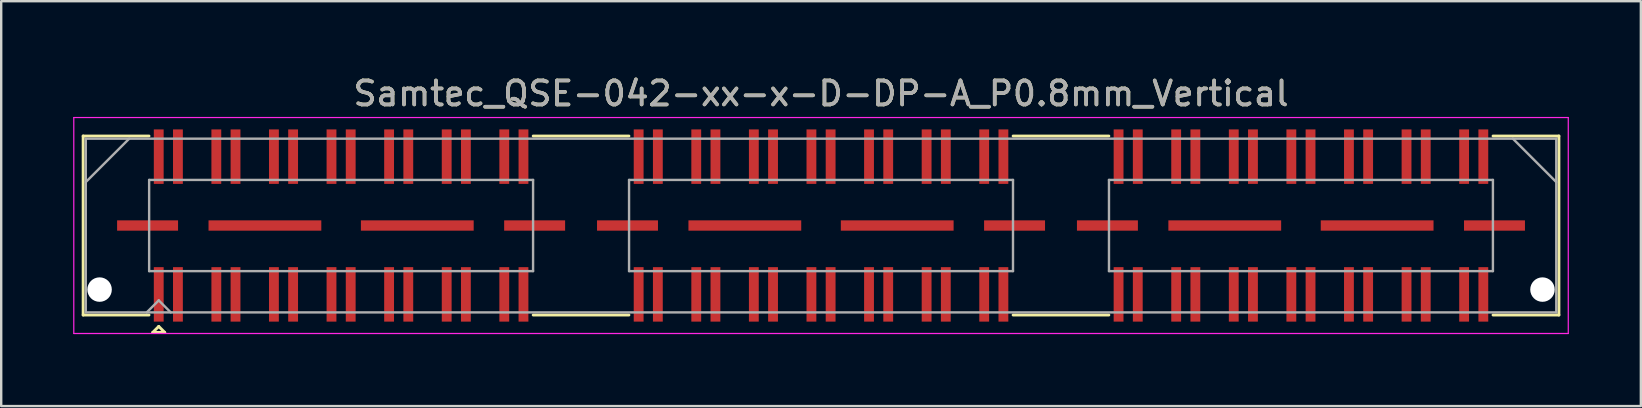
<source format=kicad_pcb>
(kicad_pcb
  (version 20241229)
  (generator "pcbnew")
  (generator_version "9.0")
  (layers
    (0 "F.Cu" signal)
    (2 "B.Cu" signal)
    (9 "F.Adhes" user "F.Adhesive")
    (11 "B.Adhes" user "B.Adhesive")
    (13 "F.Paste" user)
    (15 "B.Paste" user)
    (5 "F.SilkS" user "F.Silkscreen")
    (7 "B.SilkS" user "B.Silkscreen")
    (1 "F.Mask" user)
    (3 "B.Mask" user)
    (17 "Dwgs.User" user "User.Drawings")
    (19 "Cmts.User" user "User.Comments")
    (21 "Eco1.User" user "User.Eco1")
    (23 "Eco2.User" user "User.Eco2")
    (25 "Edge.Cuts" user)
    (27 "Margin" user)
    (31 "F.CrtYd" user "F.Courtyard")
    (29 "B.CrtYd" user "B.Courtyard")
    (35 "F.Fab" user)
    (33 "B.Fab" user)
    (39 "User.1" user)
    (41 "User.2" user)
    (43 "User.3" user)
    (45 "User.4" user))
  (footprint "Samtec_QSE-042-xx-x-D-DP-A_P0.8mm_Vertical"
    (layer "F.Cu")
    (at 31.165 6.348)
    (property "Reference" "Samtec_QSE-042-xx-x-D-DP-A_P0.8mm_Vertical" (at 0 -5.5 0) (layer "F.SilkS") (effects (font (size 1 1) (thickness 0.15))))
    (attr smd)
    (fp_line (start -30.75 -3.73) (end -28.005 -3.73) (stroke (width 0.12) (type solid)) (layer "F.SilkS"))
    (fp_line (start -30.75 3.73) (end -30.75 -3.73) (stroke (width 0.12) (type solid)) (layer "F.SilkS"))
    (fp_line (start -28.005 3.73) (end -30.75 3.73) (stroke (width 0.12) (type solid)) (layer "F.SilkS"))
    (fp_line (start -27.85 4.455) (end -27.6 4.205) (stroke (width 0.12) (type solid)) (layer "F.SilkS"))
    (fp_line (start -27.6 4.205) (end -27.35 4.455) (stroke (width 0.12) (type solid)) (layer "F.SilkS"))
    (fp_line (start -27.35 4.455) (end -27.85 4.455) (stroke (width 0.12) (type solid)) (layer "F.SilkS"))
    (fp_line (start -11.995 -3.73) (end -8.005 -3.73) (stroke (width 0.12) (type solid)) (layer "F.SilkS"))
    (fp_line (start -11.995 3.73) (end -8.005 3.73) (stroke (width 0.12) (type solid)) (layer "F.SilkS"))
    (fp_line (start 8.005 -3.73) (end 11.995 -3.73) (stroke (width 0.12) (type solid)) (layer "F.SilkS"))
    (fp_line (start 8.005 3.73) (end 11.995 3.73) (stroke (width 0.12) (type solid)) (layer "F.SilkS"))
    (fp_line (start 28.005 3.73) (end 30.75 3.73) (stroke (width 0.12) (type solid)) (layer "F.SilkS"))
    (fp_line (start 30.75 -3.73) (end 28.005 -3.73) (stroke (width 0.12) (type solid)) (layer "F.SilkS"))
    (fp_line (start 30.75 3.73) (end 30.75 -3.73) (stroke (width 0.12) (type solid)) (layer "F.SilkS"))
    (fp_line (start -31.14 -4.5) (end -31.14 4.5) (stroke (width 0.05) (type solid)) (layer "F.CrtYd"))
    (fp_line (start -31.14 4.5) (end 31.14 4.5) (stroke (width 0.05) (type solid)) (layer "F.CrtYd"))
    (fp_line (start 31.14 -4.5) (end -31.14 -4.5) (stroke (width 0.05) (type solid)) (layer "F.CrtYd"))
    (fp_line (start 31.14 4.5) (end 31.14 -4.5) (stroke (width 0.05) (type solid)) (layer "F.CrtYd"))
    (fp_line (start -30.64 -3.62) (end -30.64 3.62) (stroke (width 0.1) (type solid)) (layer "F.Fab"))
    (fp_line (start -30.64 -1.81) (end -28.83 -3.62) (stroke (width 0.1) (type solid)) (layer "F.Fab"))
    (fp_line (start -30.64 3.62) (end 30.64 3.62) (stroke (width 0.1) (type solid)) (layer "F.Fab"))
    (fp_line (start -28.1 3.62) (end -27.6 3.12) (stroke (width 0.1) (type solid)) (layer "F.Fab"))
    (fp_line (start -28 -1.9) (end -28 1.9) (stroke (width 0.1) (type solid)) (layer "F.Fab"))
    (fp_line (start -28 1.9) (end -12 1.9) (stroke (width 0.1) (type solid)) (layer "F.Fab"))
    (fp_line (start -27.6 3.12) (end -27.1 3.62) (stroke (width 0.1) (type solid)) (layer "F.Fab"))
    (fp_line (start -12 -1.9) (end -28 -1.9) (stroke (width 0.1) (type solid)) (layer "F.Fab"))
    (fp_line (start -12 1.9) (end -12 -1.9) (stroke (width 0.1) (type solid)) (layer "F.Fab"))
    (fp_line (start -8 -1.9) (end -8 1.9) (stroke (width 0.1) (type solid)) (layer "F.Fab"))
    (fp_line (start -8 1.9) (end 8 1.9) (stroke (width 0.1) (type solid)) (layer "F.Fab"))
    (fp_line (start 8 -1.9) (end -8 -1.9) (stroke (width 0.1) (type solid)) (layer "F.Fab"))
    (fp_line (start 8 1.9) (end 8 -1.9) (stroke (width 0.1) (type solid)) (layer "F.Fab"))
    (fp_line (start 12 -1.9) (end 12 1.9) (stroke (width 0.1) (type solid)) (layer "F.Fab"))
    (fp_line (start 12 1.9) (end 28 1.9) (stroke (width 0.1) (type solid)) (layer "F.Fab"))
    (fp_line (start 28 -1.9) (end 12 -1.9) (stroke (width 0.1) (type solid)) (layer "F.Fab"))
    (fp_line (start 28 1.9) (end 28 -1.9) (stroke (width 0.1) (type solid)) (layer "F.Fab"))
    (fp_line (start 30.64 -3.62) (end -30.64 -3.62) (stroke (width 0.1) (type solid)) (layer "F.Fab"))
    (fp_line (start 30.64 -1.81) (end 28.83 -3.62) (stroke (width 0.1) (type solid)) (layer "F.Fab"))
    (fp_line (start 30.64 3.62) (end 30.64 -3.62) (stroke (width 0.1) (type solid)) (layer "F.Fab"))
    (fp_text user "${REFERENCE}" (at 0 -5.5 0) (layer "F.Fab") (effects (font (size 1 1) (thickness 0.15))))
    (pad "" np_thru_hole circle (at -30.065 2.67) (size 1.02 1.02) (drill 1.02) (layers "*.Cu" "*.Mask"))
    (pad "" np_thru_hole circle (at 30.065 2.67) (size 1.02 1.02) (drill 1.02) (layers "*.Cu" "*.Mask"))
    (pad "1" smd rect (at -27.6 2.87) (size 0.41 2.27) (layers "F.Cu" "F.Mask" "F.Paste"))
    (pad "2" smd rect (at -27.6 -2.87) (size 0.41 2.27) (layers "F.Cu" "F.Mask" "F.Paste"))
    (pad "3" smd rect (at -26.8 2.87) (size 0.41 2.27) (layers "F.Cu" "F.Mask" "F.Paste"))
    (pad "4" smd rect (at -26.8 -2.87) (size 0.41 2.27) (layers "F.Cu" "F.Mask" "F.Paste"))
    (pad "5" smd rect (at -25.2 2.87) (size 0.41 2.27) (layers "F.Cu" "F.Mask" "F.Paste"))
    (pad "6" smd rect (at -25.2 -2.87) (size 0.41 2.27) (layers "F.Cu" "F.Mask" "F.Paste"))
    (pad "7" smd rect (at -24.4 2.87) (size 0.41 2.27) (layers "F.Cu" "F.Mask" "F.Paste"))
    (pad "8" smd rect (at -24.4 -2.87) (size 0.41 2.27) (layers "F.Cu" "F.Mask" "F.Paste"))
    (pad "9" smd rect (at -22.8 2.87) (size 0.41 2.27) (layers "F.Cu" "F.Mask" "F.Paste"))
    (pad "10" smd rect (at -22.8 -2.87) (size 0.41 2.27) (layers "F.Cu" "F.Mask" "F.Paste"))
    (pad "11" smd rect (at -22 2.87) (size 0.41 2.27) (layers "F.Cu" "F.Mask" "F.Paste"))
    (pad "12" smd rect (at -22 -2.87) (size 0.41 2.27) (layers "F.Cu" "F.Mask" "F.Paste"))
    (pad "13" smd rect (at -20.4 2.87) (size 0.41 2.27) (layers "F.Cu" "F.Mask" "F.Paste"))
    (pad "14" smd rect (at -20.4 -2.87) (size 0.41 2.27) (layers "F.Cu" "F.Mask" "F.Paste"))
    (pad "15" smd rect (at -19.6 2.87) (size 0.41 2.27) (layers "F.Cu" "F.Mask" "F.Paste"))
    (pad "16" smd rect (at -19.6 -2.87) (size 0.41 2.27) (layers "F.Cu" "F.Mask" "F.Paste"))
    (pad "17" smd rect (at -18 2.87) (size 0.41 2.27) (layers "F.Cu" "F.Mask" "F.Paste"))
    (pad "18" smd rect (at -18 -2.87) (size 0.41 2.27) (layers "F.Cu" "F.Mask" "F.Paste"))
    (pad "19" smd rect (at -17.2 2.87) (size 0.41 2.27) (layers "F.Cu" "F.Mask" "F.Paste"))
    (pad "20" smd rect (at -17.2 -2.87) (size 0.41 2.27) (layers "F.Cu" "F.Mask" "F.Paste"))
    (pad "21" smd rect (at -15.6 2.87) (size 0.41 2.27) (layers "F.Cu" "F.Mask" "F.Paste"))
    (pad "22" smd rect (at -15.6 -2.87) (size 0.41 2.27) (layers "F.Cu" "F.Mask" "F.Paste"))
    (pad "23" smd rect (at -14.8 2.87) (size 0.41 2.27) (layers "F.Cu" "F.Mask" "F.Paste"))
    (pad "24" smd rect (at -14.8 -2.87) (size 0.41 2.27) (layers "F.Cu" "F.Mask" "F.Paste"))
    (pad "25" smd rect (at -13.2 2.87) (size 0.41 2.27) (layers "F.Cu" "F.Mask" "F.Paste"))
    (pad "26" smd rect (at -13.2 -2.87) (size 0.41 2.27) (layers "F.Cu" "F.Mask" "F.Paste"))
    (pad "27" smd rect (at -12.4 2.87) (size 0.41 2.27) (layers "F.Cu" "F.Mask" "F.Paste"))
    (pad "28" smd rect (at -12.4 -2.87) (size 0.41 2.27) (layers "F.Cu" "F.Mask" "F.Paste"))
    (pad "29" smd rect (at -7.6 2.87) (size 0.41 2.27) (layers "F.Cu" "F.Mask" "F.Paste"))
    (pad "30" smd rect (at -7.6 -2.87) (size 0.41 2.27) (layers "F.Cu" "F.Mask" "F.Paste"))
    (pad "31" smd rect (at -6.8 2.87) (size 0.41 2.27) (layers "F.Cu" "F.Mask" "F.Paste"))
    (pad "32" smd rect (at -6.8 -2.87) (size 0.41 2.27) (layers "F.Cu" "F.Mask" "F.Paste"))
    (pad "33" smd rect (at -5.2 2.87) (size 0.41 2.27) (layers "F.Cu" "F.Mask" "F.Paste"))
    (pad "34" smd rect (at -5.2 -2.87) (size 0.41 2.27) (layers "F.Cu" "F.Mask" "F.Paste"))
    (pad "35" smd rect (at -4.4 2.87) (size 0.41 2.27) (layers "F.Cu" "F.Mask" "F.Paste"))
    (pad "36" smd rect (at -4.4 -2.87) (size 0.41 2.27) (layers "F.Cu" "F.Mask" "F.Paste"))
    (pad "37" smd rect (at -2.8 2.87) (size 0.41 2.27) (layers "F.Cu" "F.Mask" "F.Paste"))
    (pad "38" smd rect (at -2.8 -2.87) (size 0.41 2.27) (layers "F.Cu" "F.Mask" "F.Paste"))
    (pad "39" smd rect (at -2 2.87) (size 0.41 2.27) (layers "F.Cu" "F.Mask" "F.Paste"))
    (pad "40" smd rect (at -2 -2.87) (size 0.41 2.27) (layers "F.Cu" "F.Mask" "F.Paste"))
    (pad "41" smd rect (at -0.4 2.87) (size 0.41 2.27) (layers "F.Cu" "F.Mask" "F.Paste"))
    (pad "42" smd rect (at -0.4 -2.87) (size 0.41 2.27) (layers "F.Cu" "F.Mask" "F.Paste"))
    (pad "43" smd rect (at 0.4 2.87) (size 0.41 2.27) (layers "F.Cu" "F.Mask" "F.Paste"))
    (pad "44" smd rect (at 0.4 -2.87) (size 0.41 2.27) (layers "F.Cu" "F.Mask" "F.Paste"))
    (pad "45" smd rect (at 2 2.87) (size 0.41 2.27) (layers "F.Cu" "F.Mask" "F.Paste"))
    (pad "46" smd rect (at 2 -2.87) (size 0.41 2.27) (layers "F.Cu" "F.Mask" "F.Paste"))
    (pad "47" smd rect (at 2.8 2.87) (size 0.41 2.27) (layers "F.Cu" "F.Mask" "F.Paste"))
    (pad "48" smd rect (at 2.8 -2.87) (size 0.41 2.27) (layers "F.Cu" "F.Mask" "F.Paste"))
    (pad "49" smd rect (at 4.4 2.87) (size 0.41 2.27) (layers "F.Cu" "F.Mask" "F.Paste"))
    (pad "50" smd rect (at 4.4 -2.87) (size 0.41 2.27) (layers "F.Cu" "F.Mask" "F.Paste"))
    (pad "51" smd rect (at 5.2 2.87) (size 0.41 2.27) (layers "F.Cu" "F.Mask" "F.Paste"))
    (pad "52" smd rect (at 5.2 -2.87) (size 0.41 2.27) (layers "F.Cu" "F.Mask" "F.Paste"))
    (pad "53" smd rect (at 6.8 2.87) (size 0.41 2.27) (layers "F.Cu" "F.Mask" "F.Paste"))
    (pad "54" smd rect (at 6.8 -2.87) (size 0.41 2.27) (layers "F.Cu" "F.Mask" "F.Paste"))
    (pad "55" smd rect (at 7.6 2.87) (size 0.41 2.27) (layers "F.Cu" "F.Mask" "F.Paste"))
    (pad "56" smd rect (at 7.6 -2.87) (size 0.41 2.27) (layers "F.Cu" "F.Mask" "F.Paste"))
    (pad "57" smd rect (at 12.4 2.87) (size 0.41 2.27) (layers "F.Cu" "F.Mask" "F.Paste"))
    (pad "58" smd rect (at 12.4 -2.87) (size 0.41 2.27) (layers "F.Cu" "F.Mask" "F.Paste"))
    (pad "59" smd rect (at 13.2 2.87) (size 0.41 2.27) (layers "F.Cu" "F.Mask" "F.Paste"))
    (pad "60" smd rect (at 13.2 -2.87) (size 0.41 2.27) (layers "F.Cu" "F.Mask" "F.Paste"))
    (pad "61" smd rect (at 14.8 2.87) (size 0.41 2.27) (layers "F.Cu" "F.Mask" "F.Paste"))
    (pad "62" smd rect (at 14.8 -2.87) (size 0.41 2.27) (layers "F.Cu" "F.Mask" "F.Paste"))
    (pad "63" smd rect (at 15.6 2.87) (size 0.41 2.27) (layers "F.Cu" "F.Mask" "F.Paste"))
    (pad "64" smd rect (at 15.6 -2.87) (size 0.41 2.27) (layers "F.Cu" "F.Mask" "F.Paste"))
    (pad "65" smd rect (at 17.2 2.87) (size 0.41 2.27) (layers "F.Cu" "F.Mask" "F.Paste"))
    (pad "66" smd rect (at 17.2 -2.87) (size 0.41 2.27) (layers "F.Cu" "F.Mask" "F.Paste"))
    (pad "67" smd rect (at 18 2.87) (size 0.41 2.27) (layers "F.Cu" "F.Mask" "F.Paste"))
    (pad "68" smd rect (at 18 -2.87) (size 0.41 2.27) (layers "F.Cu" "F.Mask" "F.Paste"))
    (pad "69" smd rect (at 19.6 2.87) (size 0.41 2.27) (layers "F.Cu" "F.Mask" "F.Paste"))
    (pad "70" smd rect (at 19.6 -2.87) (size 0.41 2.27) (layers "F.Cu" "F.Mask" "F.Paste"))
    (pad "71" smd rect (at 20.4 2.87) (size 0.41 2.27) (layers "F.Cu" "F.Mask" "F.Paste"))
    (pad "72" smd rect (at 20.4 -2.87) (size 0.41 2.27) (layers "F.Cu" "F.Mask" "F.Paste"))
    (pad "73" smd rect (at 22 2.87) (size 0.41 2.27) (layers "F.Cu" "F.Mask" "F.Paste"))
    (pad "74" smd rect (at 22 -2.87) (size 0.41 2.27) (layers "F.Cu" "F.Mask" "F.Paste"))
    (pad "75" smd rect (at 22.8 2.87) (size 0.41 2.27) (layers "F.Cu" "F.Mask" "F.Paste"))
    (pad "76" smd rect (at 22.8 -2.87) (size 0.41 2.27) (layers "F.Cu" "F.Mask" "F.Paste"))
    (pad "77" smd rect (at 24.4 2.87) (size 0.41 2.27) (layers "F.Cu" "F.Mask" "F.Paste"))
    (pad "78" smd rect (at 24.4 -2.87) (size 0.41 2.27) (layers "F.Cu" "F.Mask" "F.Paste"))
    (pad "79" smd rect (at 25.2 2.87) (size 0.41 2.27) (layers "F.Cu" "F.Mask" "F.Paste"))
    (pad "80" smd rect (at 25.2 -2.87) (size 0.41 2.27) (layers "F.Cu" "F.Mask" "F.Paste"))
    (pad "81" smd rect (at 26.8 2.87) (size 0.41 2.27) (layers "F.Cu" "F.Mask" "F.Paste"))
    (pad "82" smd rect (at 26.8 -2.87) (size 0.41 2.27) (layers "F.Cu" "F.Mask" "F.Paste"))
    (pad "83" smd rect (at 27.6 2.87) (size 0.41 2.27) (layers "F.Cu" "F.Mask" "F.Paste"))
    (pad "84" smd rect (at 27.6 -2.87) (size 0.41 2.27) (layers "F.Cu" "F.Mask" "F.Paste"))
    (pad "85" smd rect (at -28.065 0) (size 2.54 0.43) (layers "F.Cu" "F.Mask" "F.Paste"))
    (pad "86" smd rect (at -23.175 0) (size 4.7 0.43) (layers "F.Cu" "F.Mask" "F.Paste"))
    (pad "87" smd rect (at -16.825 0) (size 4.7 0.43) (layers "F.Cu" "F.Mask" "F.Paste"))
    (pad "88" smd rect (at -11.935 0) (size 2.54 0.43) (layers "F.Cu" "F.Mask" "F.Paste"))
    (pad "89" smd rect (at -8.065 0) (size 2.54 0.43) (layers "F.Cu" "F.Mask" "F.Paste"))
    (pad "90" smd rect (at -3.175 0) (size 4.7 0.43) (layers "F.Cu" "F.Mask" "F.Paste"))
    (pad "91" smd rect (at 3.175 0) (size 4.7 0.43) (layers "F.Cu" "F.Mask" "F.Paste"))
    (pad "92" smd rect (at 8.065 0) (size 2.54 0.43) (layers "F.Cu" "F.Mask" "F.Paste"))
    (pad "93" smd rect (at 11.935 0) (size 2.54 0.43) (layers "F.Cu" "F.Mask" "F.Paste"))
    (pad "94" smd rect (at 16.825 0) (size 4.7 0.43) (layers "F.Cu" "F.Mask" "F.Paste"))
    (pad "95" smd rect (at 23.175 0) (size 4.7 0.43) (layers "F.Cu" "F.Mask" "F.Paste"))
    (pad "96" smd rect (at 28.065 0) (size 2.54 0.43) (layers "F.Cu" "F.Mask" "F.Paste")))
  (gr_rect
    (start -3 -3)
    (end 65.33 13.873)
    (stroke (width 0.1) (type default))
    (fill no)
    (layer "Edge.Cuts")))
</source>
